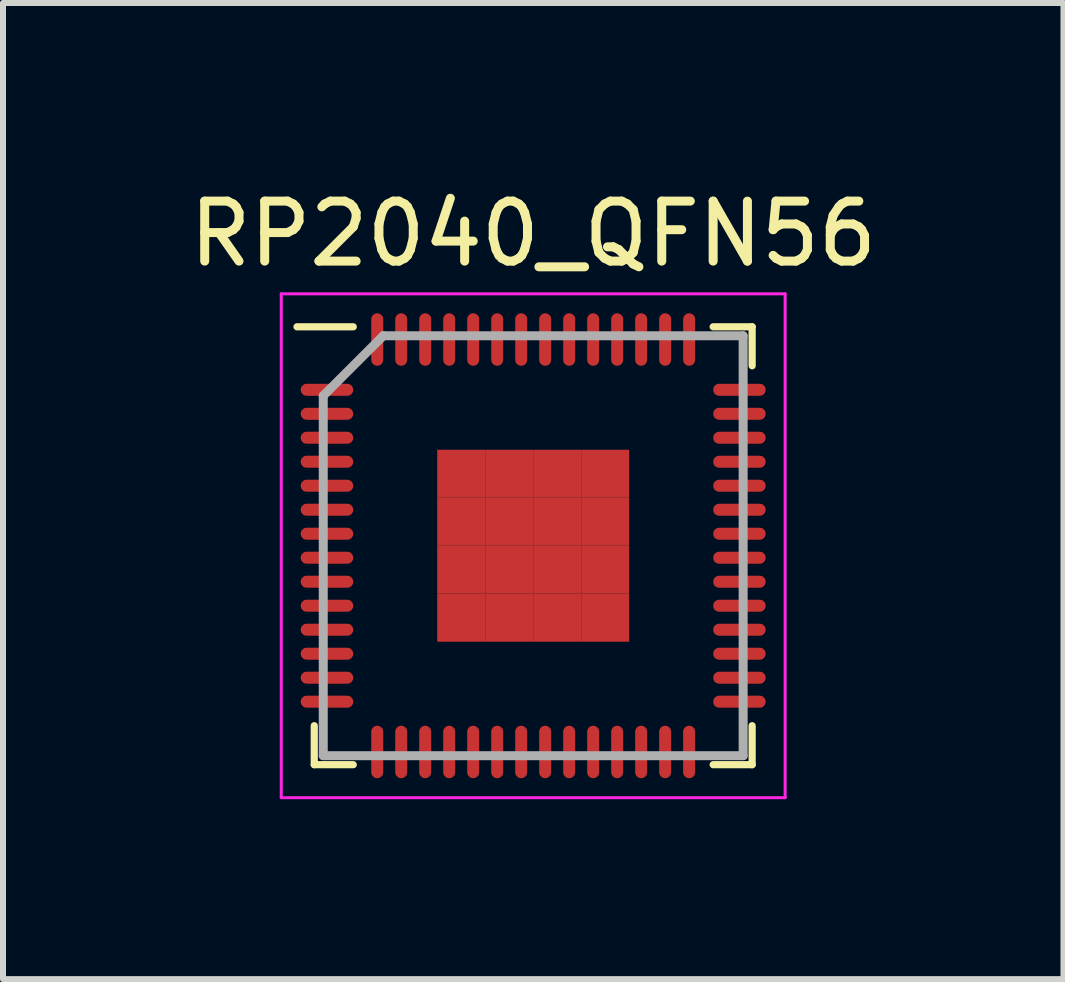
<source format=kicad_pcb>
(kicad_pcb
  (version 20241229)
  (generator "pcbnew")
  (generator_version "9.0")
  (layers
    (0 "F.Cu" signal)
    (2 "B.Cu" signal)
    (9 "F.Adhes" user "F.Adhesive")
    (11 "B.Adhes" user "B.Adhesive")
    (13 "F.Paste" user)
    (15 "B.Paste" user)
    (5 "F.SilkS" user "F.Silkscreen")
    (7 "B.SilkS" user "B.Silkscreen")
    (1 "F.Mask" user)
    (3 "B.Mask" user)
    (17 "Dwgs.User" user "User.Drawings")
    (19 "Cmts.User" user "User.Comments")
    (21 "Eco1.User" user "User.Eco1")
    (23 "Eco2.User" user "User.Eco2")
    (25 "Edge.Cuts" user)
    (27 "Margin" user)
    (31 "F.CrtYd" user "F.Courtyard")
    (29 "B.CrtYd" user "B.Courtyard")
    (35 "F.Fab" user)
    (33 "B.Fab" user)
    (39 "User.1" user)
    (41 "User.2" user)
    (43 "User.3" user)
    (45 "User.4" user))
  (footprint "RP2040_QFN56"
    (layer "F.Cu")
    (at 5.839 6.048)
    (property "Reference" "RP2040_QFN56" (at 0 -5.2 0) (layer "F.SilkS") (effects (font (size 1 1) (thickness 0.15))))
    (attr smd)
    (fp_line (start -3.65 3.65) (end -3.65 3) (stroke (width 0.12) (type solid)) (layer "F.SilkS"))
    (fp_line (start -3 -3.65) (end -3.938 -3.65) (stroke (width 0.12) (type solid)) (layer "F.SilkS"))
    (fp_line (start -3 3.65) (end -3.65 3.65) (stroke (width 0.12) (type solid)) (layer "F.SilkS"))
    (fp_line (start 3 -3.65) (end 3.65 -3.65) (stroke (width 0.12) (type solid)) (layer "F.SilkS"))
    (fp_line (start 3 3.65) (end 3.65 3.65) (stroke (width 0.12) (type solid)) (layer "F.SilkS"))
    (fp_line (start 3.65 -3.65) (end 3.65 -3) (stroke (width 0.12) (type solid)) (layer "F.SilkS"))
    (fp_line (start 3.65 3.65) (end 3.65 3) (stroke (width 0.12) (type solid)) (layer "F.SilkS"))
    (fp_line (start -4.2 -4.2) (end 4.2 -4.2) (stroke (width 0.05) (type solid)) (layer "F.CrtYd"))
    (fp_line (start -4.2 4.2) (end -4.2 -4.2) (stroke (width 0.05) (type solid)) (layer "F.CrtYd"))
    (fp_line (start 4.2 -4.2) (end 4.2 4.2) (stroke (width 0.05) (type solid)) (layer "F.CrtYd"))
    (fp_line (start 4.2 4.2) (end -4.2 4.2) (stroke (width 0.05) (type solid)) (layer "F.CrtYd"))
    (fp_line (start -3.5 -2.5) (end -3.5 3.5) (stroke (width 0.15) (type solid)) (layer "F.Fab"))
    (fp_line (start -3.5 3.5) (end 3.5 3.5) (stroke (width 0.15) (type solid)) (layer "F.Fab"))
    (fp_line (start -2.5 -3.5) (end -3.5 -2.5) (stroke (width 0.15) (type solid)) (layer "F.Fab"))
    (fp_line (start 3.5 -3.5) (end -2.5 -3.5) (stroke (width 0.15) (type solid)) (layer "F.Fab"))
    (fp_line (start 3.5 3.5) (end 3.5 -3.5) (stroke (width 0.15) (type solid)) (layer "F.Fab"))
    (pad "1" smd oval (at -3.438 -2.6 90) (size 0.2 0.875) (layers "F.Cu" "F.Mask" "F.Paste"))
    (pad "2" smd oval (at -3.438 -2.2 90) (size 0.2 0.875) (layers "F.Cu" "F.Mask" "F.Paste"))
    (pad "3" smd oval (at -3.438 -1.8 90) (size 0.2 0.875) (layers "F.Cu" "F.Mask" "F.Paste"))
    (pad "4" smd oval (at -3.438 -1.4 90) (size 0.2 0.875) (layers "F.Cu" "F.Mask" "F.Paste"))
    (pad "5" smd oval (at -3.438 -1 90) (size 0.2 0.875) (layers "F.Cu" "F.Mask" "F.Paste"))
    (pad "6" smd oval (at -3.438 -0.6 90) (size 0.2 0.875) (layers "F.Cu" "F.Mask" "F.Paste"))
    (pad "7" smd oval (at -3.438 -0.2 90) (size 0.2 0.875) (layers "F.Cu" "F.Mask" "F.Paste"))
    (pad "8" smd oval (at -3.438 0.2 90) (size 0.2 0.875) (layers "F.Cu" "F.Mask" "F.Paste"))
    (pad "9" smd oval (at -3.438 0.6 90) (size 0.2 0.875) (layers "F.Cu" "F.Mask" "F.Paste"))
    (pad "10" smd oval (at -3.438 1 90) (size 0.2 0.875) (layers "F.Cu" "F.Mask" "F.Paste"))
    (pad "11" smd oval (at -3.438 1.4 90) (size 0.2 0.875) (layers "F.Cu" "F.Mask" "F.Paste"))
    (pad "12" smd oval (at -3.438 1.8 90) (size 0.2 0.875) (layers "F.Cu" "F.Mask" "F.Paste"))
    (pad "13" smd oval (at -3.438 2.2 90) (size 0.2 0.875) (layers "F.Cu" "F.Mask" "F.Paste"))
    (pad "14" smd oval (at -3.438 2.6 90) (size 0.2 0.875) (layers "F.Cu" "F.Mask" "F.Paste"))
    (pad "15" smd oval (at -2.6 3.438) (size 0.2 0.875) (layers "F.Cu" "F.Mask" "F.Paste"))
    (pad "16" smd oval (at -2.2 3.438) (size 0.2 0.875) (layers "F.Cu" "F.Mask" "F.Paste"))
    (pad "17" smd oval (at -1.8 3.438) (size 0.2 0.875) (layers "F.Cu" "F.Mask" "F.Paste"))
    (pad "18" smd oval (at -1.4 3.438) (size 0.2 0.875) (layers "F.Cu" "F.Mask" "F.Paste"))
    (pad "19" smd oval (at -1 3.438) (size 0.2 0.875) (layers "F.Cu" "F.Mask" "F.Paste"))
    (pad "20" smd oval (at -0.6 3.438) (size 0.2 0.875) (layers "F.Cu" "F.Mask" "F.Paste"))
    (pad "21" smd oval (at -0.2 3.438) (size 0.2 0.875) (layers "F.Cu" "F.Mask" "F.Paste"))
    (pad "22" smd oval (at 0.2 3.438) (size 0.2 0.875) (layers "F.Cu" "F.Mask" "F.Paste"))
    (pad "23" smd oval (at 0.6 3.438) (size 0.2 0.875) (layers "F.Cu" "F.Mask" "F.Paste"))
    (pad "24" smd oval (at 1 3.438) (size 0.2 0.875) (layers "F.Cu" "F.Mask" "F.Paste"))
    (pad "25" smd oval (at 1.4 3.438) (size 0.2 0.875) (layers "F.Cu" "F.Mask" "F.Paste"))
    (pad "26" smd oval (at 1.8 3.438) (size 0.2 0.875) (layers "F.Cu" "F.Mask" "F.Paste"))
    (pad "27" smd oval (at 2.2 3.438) (size 0.2 0.875) (layers "F.Cu" "F.Mask" "F.Paste"))
    (pad "28" smd oval (at 2.6 3.438) (size 0.2 0.875) (layers "F.Cu" "F.Mask" "F.Paste"))
    (pad "29" smd oval (at 3.438 2.6 90) (size 0.2 0.875) (layers "F.Cu" "F.Mask" "F.Paste"))
    (pad "30" smd oval (at 3.438 2.2 90) (size 0.2 0.875) (layers "F.Cu" "F.Mask" "F.Paste"))
    (pad "31" smd oval (at 3.438 1.8 90) (size 0.2 0.875) (layers "F.Cu" "F.Mask" "F.Paste"))
    (pad "32" smd oval (at 3.438 1.4 90) (size 0.2 0.875) (layers "F.Cu" "F.Mask" "F.Paste"))
    (pad "33" smd oval (at 3.438 1 90) (size 0.2 0.875) (layers "F.Cu" "F.Mask" "F.Paste"))
    (pad "34" smd oval (at 3.438 0.6 90) (size 0.2 0.875) (layers "F.Cu" "F.Mask" "F.Paste"))
    (pad "35" smd oval (at 3.438 0.2 90) (size 0.2 0.875) (layers "F.Cu" "F.Mask" "F.Paste"))
    (pad "36" smd oval (at 3.438 -0.2 90) (size 0.2 0.875) (layers "F.Cu" "F.Mask" "F.Paste"))
    (pad "37" smd oval (at 3.438 -0.6 90) (size 0.2 0.875) (layers "F.Cu" "F.Mask" "F.Paste"))
    (pad "38" smd oval (at 3.438 -1 90) (size 0.2 0.875) (layers "F.Cu" "F.Mask" "F.Paste"))
    (pad "39" smd oval (at 3.438 -1.4 90) (size 0.2 0.875) (layers "F.Cu" "F.Mask" "F.Paste"))
    (pad "40" smd oval (at 3.438 -1.8 90) (size 0.2 0.875) (layers "F.Cu" "F.Mask" "F.Paste"))
    (pad "41" smd oval (at 3.438 -2.2 90) (size 0.2 0.875) (layers "F.Cu" "F.Mask" "F.Paste"))
    (pad "42" smd oval (at 3.438 -2.6 90) (size 0.2 0.875) (layers "F.Cu" "F.Mask" "F.Paste"))
    (pad "43" smd oval (at 2.6 -3.438) (size 0.2 0.875) (layers "F.Cu" "F.Mask" "F.Paste"))
    (pad "44" smd oval (at 2.2 -3.438) (size 0.2 0.875) (layers "F.Cu" "F.Mask" "F.Paste"))
    (pad "45" smd oval (at 1.8 -3.438) (size 0.2 0.875) (layers "F.Cu" "F.Mask" "F.Paste"))
    (pad "46" smd oval (at 1.4 -3.438) (size 0.2 0.875) (layers "F.Cu" "F.Mask" "F.Paste"))
    (pad "47" smd oval (at 1 -3.438) (size 0.2 0.875) (layers "F.Cu" "F.Mask" "F.Paste"))
    (pad "48" smd oval (at 0.6 -3.438) (size 0.2 0.875) (layers "F.Cu" "F.Mask" "F.Paste"))
    (pad "49" smd oval (at 0.2 -3.438) (size 0.2 0.875) (layers "F.Cu" "F.Mask" "F.Paste"))
    (pad "50" smd oval (at -0.2 -3.438) (size 0.2 0.875) (layers "F.Cu" "F.Mask" "F.Paste"))
    (pad "51" smd oval (at -0.6 -3.438) (size 0.2 0.875) (layers "F.Cu" "F.Mask" "F.Paste"))
    (pad "52" smd oval (at -1 -3.438) (size 0.2 0.875) (layers "F.Cu" "F.Mask" "F.Paste"))
    (pad "53" smd oval (at -1.4 -3.438) (size 0.2 0.875) (layers "F.Cu" "F.Mask" "F.Paste"))
    (pad "54" smd oval (at -1.8 -3.438) (size 0.2 0.875) (layers "F.Cu" "F.Mask" "F.Paste"))
    (pad "55" smd oval (at -2.2 -3.438) (size 0.2 0.875) (layers "F.Cu" "F.Mask" "F.Paste"))
    (pad "56" smd oval (at -2.6 -3.438) (size 0.2 0.875) (layers "F.Cu" "F.Mask" "F.Paste"))
    (pad "57" smd rect (at -1.2 -1.2) (size 0.8 0.8) (layers "F.Cu" "F.Mask" "F.Paste"))
    (pad "57" smd rect (at -1.2 -0.4) (size 0.8 0.8) (layers "F.Cu" "F.Mask" "F.Paste"))
    (pad "57" smd rect (at -1.2 0.4) (size 0.8 0.8) (layers "F.Cu" "F.Mask" "F.Paste"))
    (pad "57" smd rect (at -1.2 1.2) (size 0.8 0.8) (layers "F.Cu" "F.Mask" "F.Paste"))
    (pad "57" smd rect (at -0.4 -1.2) (size 0.8 0.8) (layers "F.Cu" "F.Mask" "F.Paste"))
    (pad "57" smd rect (at -0.4 -0.4) (size 0.8 0.8) (layers "F.Cu" "F.Mask" "F.Paste"))
    (pad "57" smd rect (at -0.4 0.4) (size 0.8 0.8) (layers "F.Cu" "F.Mask" "F.Paste"))
    (pad "57" smd rect (at -0.4 1.2) (size 0.8 0.8) (layers "F.Cu" "F.Mask" "F.Paste"))
    (pad "57" smd rect (at 0.4 -1.2) (size 0.8 0.8) (layers "F.Cu" "F.Mask" "F.Paste"))
    (pad "57" smd rect (at 0.4 -0.4) (size 0.8 0.8) (layers "F.Cu" "F.Mask" "F.Paste"))
    (pad "57" smd rect (at 0.4 0.4) (size 0.8 0.8) (layers "F.Cu" "F.Mask" "F.Paste"))
    (pad "57" smd rect (at 0.4 1.2) (size 0.8 0.8) (layers "F.Cu" "F.Mask" "F.Paste"))
    (pad "57" smd rect (at 1.2 -1.2) (size 0.8 0.8) (layers "F.Cu" "F.Mask" "F.Paste"))
    (pad "57" smd rect (at 1.2 -0.4) (size 0.8 0.8) (layers "F.Cu" "F.Mask" "F.Paste"))
    (pad "57" smd rect (at 1.2 0.4) (size 0.8 0.8) (layers "F.Cu" "F.Mask" "F.Paste"))
    (pad "57" smd rect (at 1.2 1.2) (size 0.8 0.8) (layers "F.Cu" "F.Mask" "F.Paste")))
  (gr_rect
    (start -3 -3)
    (end 14.679 13.273)
    (stroke (width 0.1) (type default))
    (fill no)
    (layer "Edge.Cuts")))
</source>
